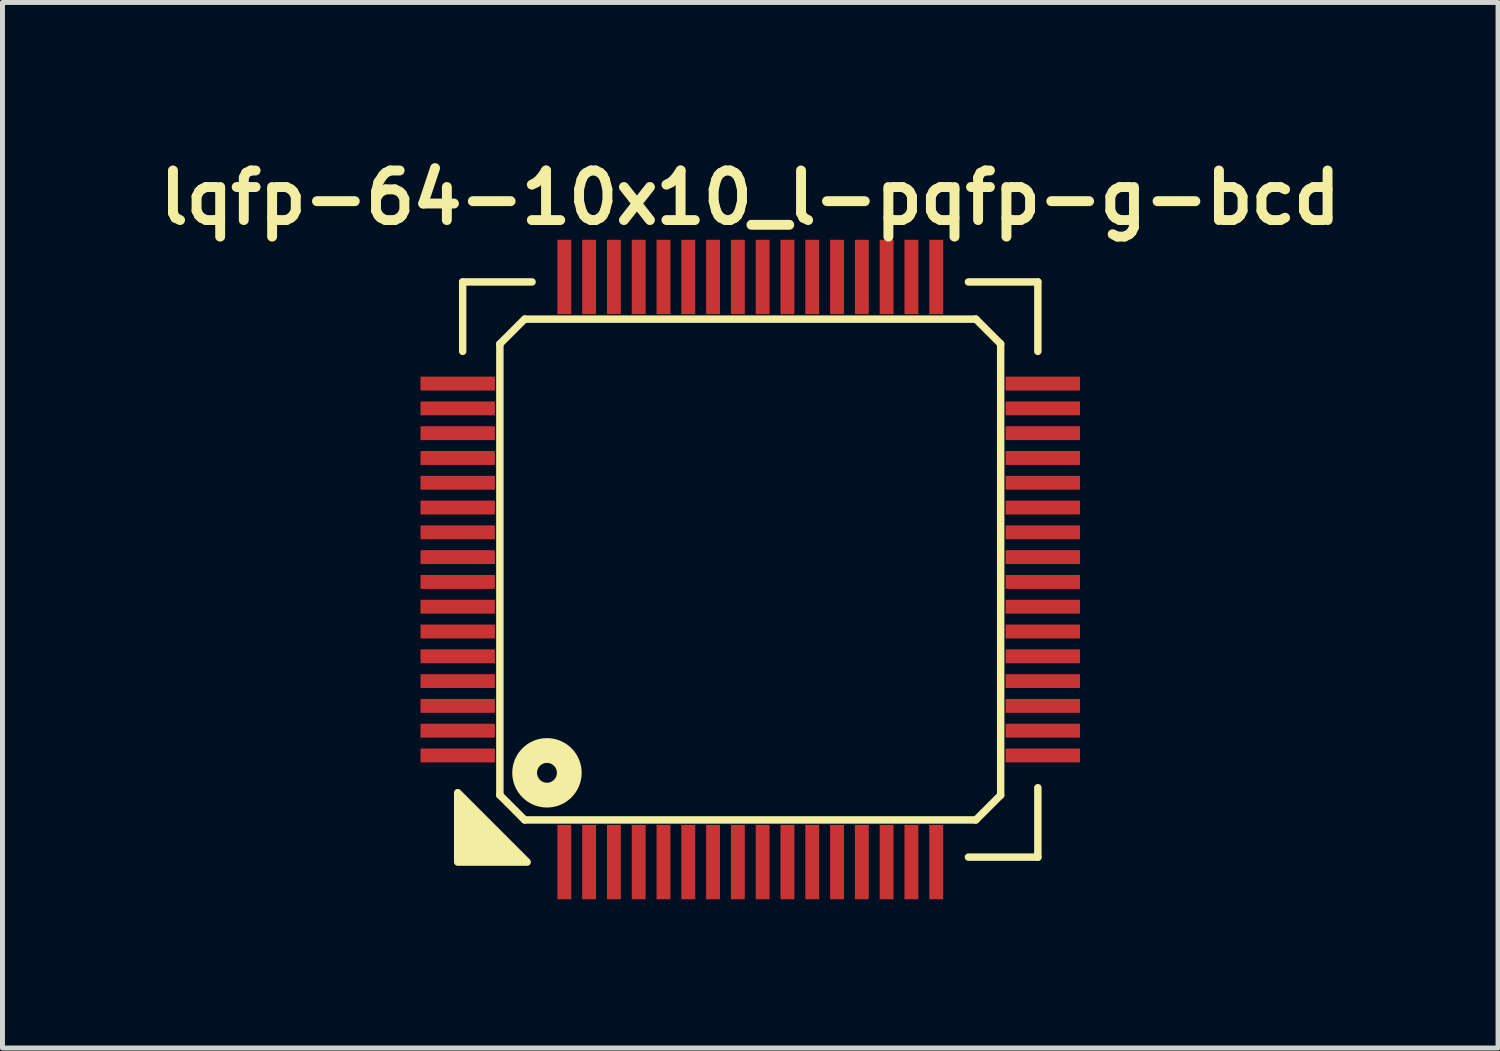
<source format=kicad_pcb>
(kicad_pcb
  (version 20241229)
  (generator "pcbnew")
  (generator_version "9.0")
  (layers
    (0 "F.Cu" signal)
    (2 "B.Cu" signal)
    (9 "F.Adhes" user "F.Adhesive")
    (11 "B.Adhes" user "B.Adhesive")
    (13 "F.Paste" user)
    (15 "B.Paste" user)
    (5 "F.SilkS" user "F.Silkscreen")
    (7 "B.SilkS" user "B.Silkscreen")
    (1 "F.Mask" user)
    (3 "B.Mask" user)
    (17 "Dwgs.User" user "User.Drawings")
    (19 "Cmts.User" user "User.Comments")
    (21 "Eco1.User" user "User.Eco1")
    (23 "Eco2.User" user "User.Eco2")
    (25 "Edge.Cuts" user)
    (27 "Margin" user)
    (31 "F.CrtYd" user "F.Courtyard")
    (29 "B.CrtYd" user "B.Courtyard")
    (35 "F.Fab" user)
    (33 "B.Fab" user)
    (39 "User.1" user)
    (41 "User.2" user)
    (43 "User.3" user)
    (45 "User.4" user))
  (footprint "lqfp-64-10x10_l-pqfp-g-bcd"
    (layer "F.Cu")
    (at 12.081 8.436)
    (property "Reference" "lqfp-64-10x10_l-pqfp-g-bcd" (at 0 -7.5 0) (layer "F.SilkS") (effects (font (size 1 1) (thickness 0.2))))
    (attr smd)
    (fp_line (start -5.8 -5.8) (end -4.4 -5.8) (stroke (width 0.15) (type solid)) (layer "F.SilkS"))
    (fp_line (start -5.8 -4.4) (end -5.8 -5.8) (stroke (width 0.15) (type solid)) (layer "F.SilkS"))
    (fp_line (start -5.05 -4.55) (end -4.55 -5.05) (stroke (width 0.15) (type solid)) (layer "F.SilkS"))
    (fp_line (start -5.05 4.55) (end -5.05 -4.55) (stroke (width 0.15) (type solid)) (layer "F.SilkS"))
    (fp_line (start -4.55 -5.05) (end 4.55 -5.05) (stroke (width 0.15) (type solid)) (layer "F.SilkS"))
    (fp_line (start -4.55 5.05) (end -5.05 4.55) (stroke (width 0.15) (type solid)) (layer "F.SilkS"))
    (fp_line (start 4.4 -5.8) (end 5.8 -5.8) (stroke (width 0.15) (type solid)) (layer "F.SilkS"))
    (fp_line (start 4.55 -5.05) (end 5.05 -4.55) (stroke (width 0.15) (type solid)) (layer "F.SilkS"))
    (fp_line (start 4.55 5.05) (end -4.55 5.05) (stroke (width 0.15) (type solid)) (layer "F.SilkS"))
    (fp_line (start 5.05 -4.55) (end 5.05 4.55) (stroke (width 0.15) (type solid)) (layer "F.SilkS"))
    (fp_line (start 5.05 4.55) (end 4.55 5.05) (stroke (width 0.15) (type solid)) (layer "F.SilkS"))
    (fp_line (start 5.8 -5.8) (end 5.8 -4.4) (stroke (width 0.15) (type solid)) (layer "F.SilkS"))
    (fp_line (start 5.8 4.4) (end 5.8 5.8) (stroke (width 0.15) (type solid)) (layer "F.SilkS"))
    (fp_line (start 5.8 5.8) (end 4.4 5.8) (stroke (width 0.15) (type solid)) (layer "F.SilkS"))
    (fp_circle (center -4.1 4.1) (end -3.9 4.1) (stroke (width 0.5) (type solid)) (fill no) (layer "F.SilkS"))
    (fp_poly (pts (xy -4.5 5.9) (xy -5.9 5.9) (xy -5.9 4.5)) (stroke (width 0.15) (type solid)) (fill yes) (layer "F.SilkS"))
    (pad "1" smd rect (at -3.75 5.9) (size 0.28 1.5) (layers "F.Cu" "F.Mask" "F.Paste"))
    (pad "2" smd rect (at -3.25 5.9) (size 0.28 1.5) (layers "F.Cu" "F.Mask" "F.Paste"))
    (pad "3" smd rect (at -2.75 5.9) (size 0.28 1.5) (layers "F.Cu" "F.Mask" "F.Paste"))
    (pad "4" smd rect (at -2.25 5.9) (size 0.28 1.5) (layers "F.Cu" "F.Mask" "F.Paste"))
    (pad "5" smd rect (at -1.75 5.9) (size 0.28 1.5) (layers "F.Cu" "F.Mask" "F.Paste"))
    (pad "6" smd rect (at -1.25 5.9) (size 0.28 1.5) (layers "F.Cu" "F.Mask" "F.Paste"))
    (pad "7" smd rect (at -0.75 5.9) (size 0.28 1.5) (layers "F.Cu" "F.Mask" "F.Paste"))
    (pad "8" smd rect (at -0.25 5.9) (size 0.28 1.5) (layers "F.Cu" "F.Mask" "F.Paste"))
    (pad "9" smd rect (at 0.25 5.9) (size 0.28 1.5) (layers "F.Cu" "F.Mask" "F.Paste"))
    (pad "10" smd rect (at 0.75 5.9) (size 0.28 1.5) (layers "F.Cu" "F.Mask" "F.Paste"))
    (pad "11" smd rect (at 1.25 5.9) (size 0.28 1.5) (layers "F.Cu" "F.Mask" "F.Paste"))
    (pad "12" smd rect (at 1.75 5.9) (size 0.28 1.5) (layers "F.Cu" "F.Mask" "F.Paste"))
    (pad "13" smd rect (at 2.25 5.9) (size 0.28 1.5) (layers "F.Cu" "F.Mask" "F.Paste"))
    (pad "14" smd rect (at 2.75 5.9) (size 0.28 1.5) (layers "F.Cu" "F.Mask" "F.Paste"))
    (pad "15" smd rect (at 3.25 5.9) (size 0.28 1.5) (layers "F.Cu" "F.Mask" "F.Paste"))
    (pad "16" smd rect (at 3.75 5.9) (size 0.28 1.5) (layers "F.Cu" "F.Mask" "F.Paste"))
    (pad "17" smd rect (at 5.9 3.75) (size 1.5 0.28) (layers "F.Cu" "F.Mask" "F.Paste"))
    (pad "18" smd rect (at 5.9 3.25) (size 1.5 0.28) (layers "F.Cu" "F.Mask" "F.Paste"))
    (pad "19" smd rect (at 5.9 2.75) (size 1.5 0.28) (layers "F.Cu" "F.Mask" "F.Paste"))
    (pad "20" smd rect (at 5.9 2.25) (size 1.5 0.28) (layers "F.Cu" "F.Mask" "F.Paste"))
    (pad "21" smd rect (at 5.9 1.75) (size 1.5 0.28) (layers "F.Cu" "F.Mask" "F.Paste"))
    (pad "22" smd rect (at 5.9 1.25) (size 1.5 0.28) (layers "F.Cu" "F.Mask" "F.Paste"))
    (pad "23" smd rect (at 5.9 0.75) (size 1.5 0.28) (layers "F.Cu" "F.Mask" "F.Paste"))
    (pad "24" smd rect (at 5.9 0.25) (size 1.5 0.28) (layers "F.Cu" "F.Mask" "F.Paste"))
    (pad "25" smd rect (at 5.9 -0.25) (size 1.5 0.28) (layers "F.Cu" "F.Mask" "F.Paste"))
    (pad "26" smd rect (at 5.9 -0.75) (size 1.5 0.28) (layers "F.Cu" "F.Mask" "F.Paste"))
    (pad "27" smd rect (at 5.9 -1.25) (size 1.5 0.28) (layers "F.Cu" "F.Mask" "F.Paste"))
    (pad "28" smd rect (at 5.9 -1.75) (size 1.5 0.28) (layers "F.Cu" "F.Mask" "F.Paste"))
    (pad "29" smd rect (at 5.9 -2.25) (size 1.5 0.28) (layers "F.Cu" "F.Mask" "F.Paste"))
    (pad "30" smd rect (at 5.9 -2.75) (size 1.5 0.28) (layers "F.Cu" "F.Mask" "F.Paste"))
    (pad "31" smd rect (at 5.9 -3.25) (size 1.5 0.28) (layers "F.Cu" "F.Mask" "F.Paste"))
    (pad "32" smd rect (at 5.9 -3.75) (size 1.5 0.28) (layers "F.Cu" "F.Mask" "F.Paste"))
    (pad "33" smd rect (at 3.75 -5.9) (size 0.28 1.5) (layers "F.Cu" "F.Mask" "F.Paste"))
    (pad "34" smd rect (at 3.25 -5.9) (size 0.28 1.5) (layers "F.Cu" "F.Mask" "F.Paste"))
    (pad "35" smd rect (at 2.75 -5.9) (size 0.28 1.5) (layers "F.Cu" "F.Mask" "F.Paste"))
    (pad "36" smd rect (at 2.25 -5.9) (size 0.28 1.5) (layers "F.Cu" "F.Mask" "F.Paste"))
    (pad "37" smd rect (at 1.75 -5.9) (size 0.28 1.5) (layers "F.Cu" "F.Mask" "F.Paste"))
    (pad "38" smd rect (at 1.25 -5.9) (size 0.28 1.5) (layers "F.Cu" "F.Mask" "F.Paste"))
    (pad "39" smd rect (at 0.75 -5.9) (size 0.28 1.5) (layers "F.Cu" "F.Mask" "F.Paste"))
    (pad "40" smd rect (at 0.25 -5.9) (size 0.28 1.5) (layers "F.Cu" "F.Mask" "F.Paste"))
    (pad "41" smd rect (at -0.25 -5.9) (size 0.28 1.5) (layers "F.Cu" "F.Mask" "F.Paste"))
    (pad "42" smd rect (at -0.75 -5.9) (size 0.28 1.5) (layers "F.Cu" "F.Mask" "F.Paste"))
    (pad "43" smd rect (at -1.25 -5.9) (size 0.28 1.5) (layers "F.Cu" "F.Mask" "F.Paste"))
    (pad "44" smd rect (at -1.75 -5.9) (size 0.28 1.5) (layers "F.Cu" "F.Mask" "F.Paste"))
    (pad "45" smd rect (at -2.25 -5.9) (size 0.28 1.5) (layers "F.Cu" "F.Mask" "F.Paste"))
    (pad "46" smd rect (at -2.75 -5.9) (size 0.28 1.5) (layers "F.Cu" "F.Mask" "F.Paste"))
    (pad "47" smd rect (at -3.25 -5.9) (size 0.28 1.5) (layers "F.Cu" "F.Mask" "F.Paste"))
    (pad "48" smd rect (at -3.75 -5.9) (size 0.28 1.5) (layers "F.Cu" "F.Mask" "F.Paste"))
    (pad "49" smd rect (at -5.9 -3.75) (size 1.5 0.28) (layers "F.Cu" "F.Mask" "F.Paste"))
    (pad "50" smd rect (at -5.9 -3.25) (size 1.5 0.28) (layers "F.Cu" "F.Mask" "F.Paste"))
    (pad "51" smd rect (at -5.9 -2.75) (size 1.5 0.28) (layers "F.Cu" "F.Mask" "F.Paste"))
    (pad "52" smd rect (at -5.9 -2.25) (size 1.5 0.28) (layers "F.Cu" "F.Mask" "F.Paste"))
    (pad "53" smd rect (at -5.9 -1.75) (size 1.5 0.28) (layers "F.Cu" "F.Mask" "F.Paste"))
    (pad "54" smd rect (at -5.9 -1.25) (size 1.5 0.28) (layers "F.Cu" "F.Mask" "F.Paste"))
    (pad "55" smd rect (at -5.9 -0.75) (size 1.5 0.28) (layers "F.Cu" "F.Mask" "F.Paste"))
    (pad "56" smd rect (at -5.9 -0.25) (size 1.5 0.28) (layers "F.Cu" "F.Mask" "F.Paste"))
    (pad "57" smd rect (at -5.9 0.25) (size 1.5 0.28) (layers "F.Cu" "F.Mask" "F.Paste"))
    (pad "58" smd rect (at -5.9 0.75) (size 1.5 0.28) (layers "F.Cu" "F.Mask" "F.Paste"))
    (pad "59" smd rect (at -5.9 1.25) (size 1.5 0.28) (layers "F.Cu" "F.Mask" "F.Paste"))
    (pad "60" smd rect (at -5.9 1.75) (size 1.5 0.28) (layers "F.Cu" "F.Mask" "F.Paste"))
    (pad "61" smd rect (at -5.9 2.25) (size 1.5 0.28) (layers "F.Cu" "F.Mask" "F.Paste"))
    (pad "62" smd rect (at -5.9 2.75) (size 1.5 0.28) (layers "F.Cu" "F.Mask" "F.Paste"))
    (pad "63" smd rect (at -5.9 3.25) (size 1.5 0.28) (layers "F.Cu" "F.Mask" "F.Paste"))
    (pad "64" smd rect (at -5.9 3.75) (size 1.5 0.28) (layers "F.Cu" "F.Mask" "F.Paste")))
  (gr_rect
    (start -3 -3)
    (end 27.162 18.086)
    (stroke (width 0.1) (type default))
    (fill no)
    (layer "Edge.Cuts")))
</source>
